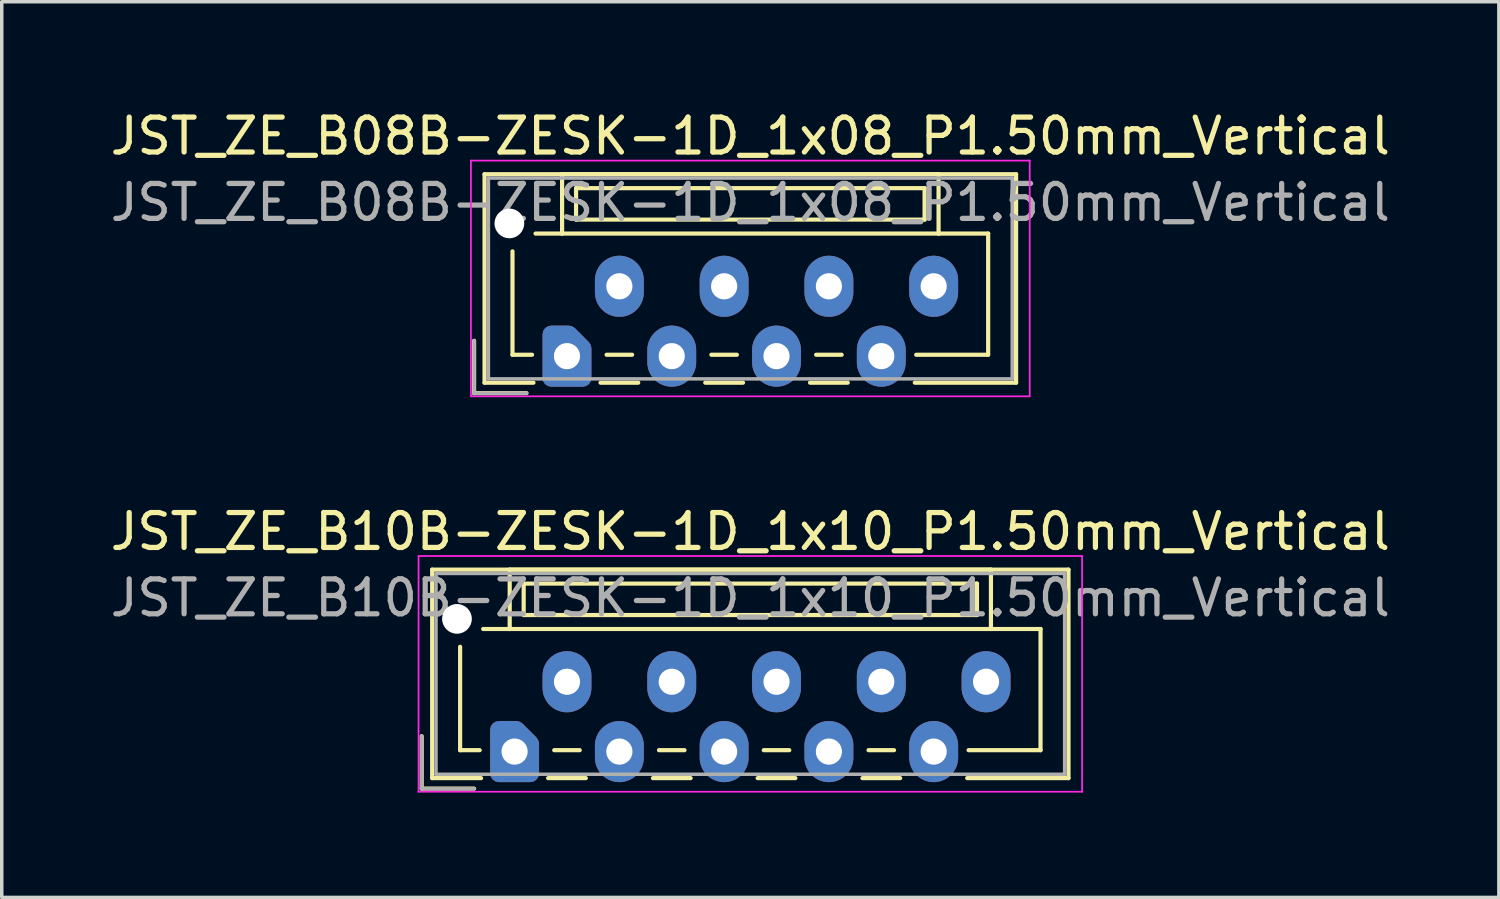
<source format=kicad_pcb>
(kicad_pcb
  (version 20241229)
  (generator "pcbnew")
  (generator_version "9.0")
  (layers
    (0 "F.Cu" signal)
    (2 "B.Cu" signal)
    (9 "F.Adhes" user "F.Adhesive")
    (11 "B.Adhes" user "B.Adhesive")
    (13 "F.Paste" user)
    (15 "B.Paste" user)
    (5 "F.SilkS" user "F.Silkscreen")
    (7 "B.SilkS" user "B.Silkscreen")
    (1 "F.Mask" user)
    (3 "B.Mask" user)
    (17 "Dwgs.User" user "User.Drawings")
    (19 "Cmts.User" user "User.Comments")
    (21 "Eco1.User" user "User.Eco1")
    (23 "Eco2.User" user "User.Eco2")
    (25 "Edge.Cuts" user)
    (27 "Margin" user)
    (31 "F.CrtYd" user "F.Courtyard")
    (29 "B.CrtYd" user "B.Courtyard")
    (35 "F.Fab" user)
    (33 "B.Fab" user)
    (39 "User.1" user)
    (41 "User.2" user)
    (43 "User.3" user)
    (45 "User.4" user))
  (footprint "JST_ZE_B10B-ZESK-1D_1x10_P1.50mm_Vertical"
    (layer "F.Cu")
    (at 11.685 18.471)
    (property "Reference" "JST_ZE_B10B-ZESK-1D_1x10_P1.50mm_Vertical" (at 6.75 -6.3 0) (layer "F.SilkS") (effects (font (size 1 1) (thickness 0.15))))
    (attr through_hole)
    (fp_line (start -2.66 -0.44) (end -2.66 1.06) (stroke (width 0.12) (type solid)) (layer "F.SilkS"))
    (fp_line (start -2.66 1.06) (end -1.16 1.06) (stroke (width 0.12) (type solid)) (layer "F.SilkS"))
    (fp_line (start -2.36 -5.21) (end 15.86 -5.21) (stroke (width 0.12) (type solid)) (layer "F.SilkS"))
    (fp_line (start -2.36 0.76) (end -2.36 -5.21) (stroke (width 0.12) (type solid)) (layer "F.SilkS"))
    (fp_line (start -1.56 -3) (end -1.56 -0.04) (stroke (width 0.12) (type solid)) (layer "F.SilkS"))
    (fp_line (start -1.56 -0.04) (end -1 -0.04) (stroke (width 0.12) (type solid)) (layer "F.SilkS"))
    (fp_line (start -0.96 0.76) (end -2.36 0.76) (stroke (width 0.12) (type solid)) (layer "F.SilkS"))
    (fp_line (start -0.14 -5.21) (end -0.14 -3.51) (stroke (width 0.12) (type solid)) (layer "F.SilkS"))
    (fp_line (start -0.14 -3.51) (end -0.9 -3.51) (stroke (width 0.12) (type solid)) (layer "F.SilkS"))
    (fp_line (start -0.14 -3.51) (end 13.64 -3.51) (stroke (width 0.12) (type solid)) (layer "F.SilkS"))
    (fp_line (start 0.26 -4.81) (end 0.26 -3.91) (stroke (width 0.12) (type solid)) (layer "F.SilkS"))
    (fp_line (start 0.26 -3.91) (end 13.24 -3.91) (stroke (width 0.12) (type solid)) (layer "F.SilkS"))
    (fp_line (start 0.96 0.76) (end 2.04 0.76) (stroke (width 0.12) (type solid)) (layer "F.SilkS"))
    (fp_line (start 1.135 -0.04) (end 1.865 -0.04) (stroke (width 0.12) (type solid)) (layer "F.SilkS"))
    (fp_line (start 3.96 0.76) (end 5.04 0.76) (stroke (width 0.12) (type solid)) (layer "F.SilkS"))
    (fp_line (start 4.135 -0.04) (end 4.865 -0.04) (stroke (width 0.12) (type solid)) (layer "F.SilkS"))
    (fp_line (start 6.96 0.76) (end 8.04 0.76) (stroke (width 0.12) (type solid)) (layer "F.SilkS"))
    (fp_line (start 7.135 -0.04) (end 7.865 -0.04) (stroke (width 0.12) (type solid)) (layer "F.SilkS"))
    (fp_line (start 9.96 0.76) (end 11.04 0.76) (stroke (width 0.12) (type solid)) (layer "F.SilkS"))
    (fp_line (start 10.135 -0.04) (end 10.865 -0.04) (stroke (width 0.12) (type solid)) (layer "F.SilkS"))
    (fp_line (start 13.24 -4.81) (end 0.26 -4.81) (stroke (width 0.12) (type solid)) (layer "F.SilkS"))
    (fp_line (start 13.24 -3.91) (end 13.24 -4.81) (stroke (width 0.12) (type solid)) (layer "F.SilkS"))
    (fp_line (start 13.64 -5.21) (end -0.14 -5.21) (stroke (width 0.12) (type solid)) (layer "F.SilkS"))
    (fp_line (start 13.64 -3.51) (end 13.64 -5.21) (stroke (width 0.12) (type solid)) (layer "F.SilkS"))
    (fp_line (start 13.64 -3.51) (end 15.06 -3.51) (stroke (width 0.12) (type solid)) (layer "F.SilkS"))
    (fp_line (start 15.06 -3.51) (end 15.06 -0.04) (stroke (width 0.12) (type solid)) (layer "F.SilkS"))
    (fp_line (start 15.06 -0.04) (end 13 -0.04) (stroke (width 0.12) (type solid)) (layer "F.SilkS"))
    (fp_line (start 15.86 -5.21) (end 15.86 0.76) (stroke (width 0.12) (type solid)) (layer "F.SilkS"))
    (fp_line (start 15.86 0.76) (end 12.96 0.76) (stroke (width 0.12) (type solid)) (layer "F.SilkS"))
    (fp_line (start -2.75 -5.6) (end -2.75 1.15) (stroke (width 0.05) (type solid)) (layer "F.CrtYd"))
    (fp_line (start -2.75 1.15) (end 16.25 1.15) (stroke (width 0.05) (type solid)) (layer "F.CrtYd"))
    (fp_line (start 16.25 -5.6) (end -2.75 -5.6) (stroke (width 0.05) (type solid)) (layer "F.CrtYd"))
    (fp_line (start 16.25 1.15) (end 16.25 -5.6) (stroke (width 0.05) (type solid)) (layer "F.CrtYd"))
    (fp_line (start -2.66 -0.44) (end -2.66 1.06) (stroke (width 0.1) (type solid)) (layer "F.Fab"))
    (fp_line (start -2.66 1.06) (end -1.16 1.06) (stroke (width 0.1) (type solid)) (layer "F.Fab"))
    (fp_line (start -2.25 -5.1) (end -2.25 0.65) (stroke (width 0.1) (type solid)) (layer "F.Fab"))
    (fp_line (start -2.25 0.65) (end 15.75 0.65) (stroke (width 0.1) (type solid)) (layer "F.Fab"))
    (fp_line (start 15.75 -5.1) (end -2.25 -5.1) (stroke (width 0.1) (type solid)) (layer "F.Fab"))
    (fp_line (start 15.75 0.65) (end 15.75 -5.1) (stroke (width 0.1) (type solid)) (layer "F.Fab"))
    (fp_text user "${REFERENCE}" (at 6.75 -4.4 0) (layer "F.Fab") (effects (font (size 1 1) (thickness 0.15))))
    (pad "" np_thru_hole circle (at -1.65 -3.8) (size 0.85 0.85) (drill 0.85) (layers "*.Cu" "*.Mask"))
    (pad "1" thru_hole custom (at 0 0) (size 1.117 1.117) (drill 0.75) (layers "*.Cu" "*.Mask") (options (anchor circle)) (primitives (gr_poly (pts (xy 0.45 -0.225) (xy 0.45 0.625) (xy -0.45 0.625) (xy -0.45 -0.625) (xy 0.05 -0.625)) (width 0.5) (fill yes))))
    (pad "2" thru_hole oval (at 1.5 -2) (size 1.4 1.75) (drill 0.75) (layers "*.Cu" "*.Mask"))
    (pad "3" thru_hole oval (at 3 0) (size 1.4 1.75) (drill 0.75) (layers "*.Cu" "*.Mask"))
    (pad "4" thru_hole oval (at 4.5 -2) (size 1.4 1.75) (drill 0.75) (layers "*.Cu" "*.Mask"))
    (pad "5" thru_hole oval (at 6 0) (size 1.4 1.75) (drill 0.75) (layers "*.Cu" "*.Mask"))
    (pad "6" thru_hole oval (at 7.5 -2) (size 1.4 1.75) (drill 0.75) (layers "*.Cu" "*.Mask"))
    (pad "7" thru_hole oval (at 9 0) (size 1.4 1.75) (drill 0.75) (layers "*.Cu" "*.Mask"))
    (pad "8" thru_hole oval (at 10.5 -2) (size 1.4 1.75) (drill 0.75) (layers "*.Cu" "*.Mask"))
    (pad "9" thru_hole oval (at 12 0) (size 1.4 1.75) (drill 0.75) (layers "*.Cu" "*.Mask"))
    (pad "10" thru_hole oval (at 13.5 -2) (size 1.4 1.75) (drill 0.75) (layers "*.Cu" "*.Mask")))
  (footprint "JST_ZE_B08B-ZESK-1D_1x08_P1.50mm_Vertical"
    (layer "F.Cu")
    (at 13.185 7.148)
    (property "Reference" "JST_ZE_B08B-ZESK-1D_1x08_P1.50mm_Vertical" (at 5.25 -6.3 0) (layer "F.SilkS") (effects (font (size 1 1) (thickness 0.15))))
    (attr through_hole)
    (fp_line (start -2.66 -0.44) (end -2.66 1.06) (stroke (width 0.12) (type solid)) (layer "F.SilkS"))
    (fp_line (start -2.66 1.06) (end -1.16 1.06) (stroke (width 0.12) (type solid)) (layer "F.SilkS"))
    (fp_line (start -2.36 -5.21) (end 12.86 -5.21) (stroke (width 0.12) (type solid)) (layer "F.SilkS"))
    (fp_line (start -2.36 0.76) (end -2.36 -5.21) (stroke (width 0.12) (type solid)) (layer "F.SilkS"))
    (fp_line (start -1.56 -3) (end -1.56 -0.04) (stroke (width 0.12) (type solid)) (layer "F.SilkS"))
    (fp_line (start -1.56 -0.04) (end -1 -0.04) (stroke (width 0.12) (type solid)) (layer "F.SilkS"))
    (fp_line (start -0.96 0.76) (end -2.36 0.76) (stroke (width 0.12) (type solid)) (layer "F.SilkS"))
    (fp_line (start -0.14 -5.21) (end -0.14 -3.51) (stroke (width 0.12) (type solid)) (layer "F.SilkS"))
    (fp_line (start -0.14 -3.51) (end -0.9 -3.51) (stroke (width 0.12) (type solid)) (layer "F.SilkS"))
    (fp_line (start -0.14 -3.51) (end 10.64 -3.51) (stroke (width 0.12) (type solid)) (layer "F.SilkS"))
    (fp_line (start 0.26 -4.81) (end 0.26 -3.91) (stroke (width 0.12) (type solid)) (layer "F.SilkS"))
    (fp_line (start 0.26 -3.91) (end 10.24 -3.91) (stroke (width 0.12) (type solid)) (layer "F.SilkS"))
    (fp_line (start 0.96 0.76) (end 2.04 0.76) (stroke (width 0.12) (type solid)) (layer "F.SilkS"))
    (fp_line (start 1.135 -0.04) (end 1.865 -0.04) (stroke (width 0.12) (type solid)) (layer "F.SilkS"))
    (fp_line (start 3.96 0.76) (end 5.04 0.76) (stroke (width 0.12) (type solid)) (layer "F.SilkS"))
    (fp_line (start 4.135 -0.04) (end 4.865 -0.04) (stroke (width 0.12) (type solid)) (layer "F.SilkS"))
    (fp_line (start 6.96 0.76) (end 8.04 0.76) (stroke (width 0.12) (type solid)) (layer "F.SilkS"))
    (fp_line (start 7.135 -0.04) (end 7.865 -0.04) (stroke (width 0.12) (type solid)) (layer "F.SilkS"))
    (fp_line (start 10.24 -4.81) (end 0.26 -4.81) (stroke (width 0.12) (type solid)) (layer "F.SilkS"))
    (fp_line (start 10.24 -3.91) (end 10.24 -4.81) (stroke (width 0.12) (type solid)) (layer "F.SilkS"))
    (fp_line (start 10.64 -5.21) (end -0.14 -5.21) (stroke (width 0.12) (type solid)) (layer "F.SilkS"))
    (fp_line (start 10.64 -3.51) (end 10.64 -5.21) (stroke (width 0.12) (type solid)) (layer "F.SilkS"))
    (fp_line (start 10.64 -3.51) (end 12.06 -3.51) (stroke (width 0.12) (type solid)) (layer "F.SilkS"))
    (fp_line (start 12.06 -3.51) (end 12.06 -0.04) (stroke (width 0.12) (type solid)) (layer "F.SilkS"))
    (fp_line (start 12.06 -0.04) (end 10 -0.04) (stroke (width 0.12) (type solid)) (layer "F.SilkS"))
    (fp_line (start 12.86 -5.21) (end 12.86 0.76) (stroke (width 0.12) (type solid)) (layer "F.SilkS"))
    (fp_line (start 12.86 0.76) (end 9.96 0.76) (stroke (width 0.12) (type solid)) (layer "F.SilkS"))
    (fp_line (start -2.75 -5.6) (end -2.75 1.15) (stroke (width 0.05) (type solid)) (layer "F.CrtYd"))
    (fp_line (start -2.75 1.15) (end 13.25 1.15) (stroke (width 0.05) (type solid)) (layer "F.CrtYd"))
    (fp_line (start 13.25 -5.6) (end -2.75 -5.6) (stroke (width 0.05) (type solid)) (layer "F.CrtYd"))
    (fp_line (start 13.25 1.15) (end 13.25 -5.6) (stroke (width 0.05) (type solid)) (layer "F.CrtYd"))
    (fp_line (start -2.66 -0.44) (end -2.66 1.06) (stroke (width 0.1) (type solid)) (layer "F.Fab"))
    (fp_line (start -2.66 1.06) (end -1.16 1.06) (stroke (width 0.1) (type solid)) (layer "F.Fab"))
    (fp_line (start -2.25 -5.1) (end -2.25 0.65) (stroke (width 0.1) (type solid)) (layer "F.Fab"))
    (fp_line (start -2.25 0.65) (end 12.75 0.65) (stroke (width 0.1) (type solid)) (layer "F.Fab"))
    (fp_line (start 12.75 -5.1) (end -2.25 -5.1) (stroke (width 0.1) (type solid)) (layer "F.Fab"))
    (fp_line (start 12.75 0.65) (end 12.75 -5.1) (stroke (width 0.1) (type solid)) (layer "F.Fab"))
    (fp_text user "${REFERENCE}" (at 5.25 -4.4 0) (layer "F.Fab") (effects (font (size 1 1) (thickness 0.15))))
    (pad "" np_thru_hole circle (at -1.65 -3.8) (size 0.85 0.85) (drill 0.85) (layers "*.Cu" "*.Mask"))
    (pad "1" thru_hole custom (at 0 0) (size 1.117 1.117) (drill 0.75) (layers "*.Cu" "*.Mask") (options (anchor circle)) (primitives (gr_poly (pts (xy 0.45 -0.225) (xy 0.45 0.625) (xy -0.45 0.625) (xy -0.45 -0.625) (xy 0.05 -0.625)) (width 0.5) (fill yes))))
    (pad "2" thru_hole oval (at 1.5 -2) (size 1.4 1.75) (drill 0.75) (layers "*.Cu" "*.Mask"))
    (pad "3" thru_hole oval (at 3 0) (size 1.4 1.75) (drill 0.75) (layers "*.Cu" "*.Mask"))
    (pad "4" thru_hole oval (at 4.5 -2) (size 1.4 1.75) (drill 0.75) (layers "*.Cu" "*.Mask"))
    (pad "5" thru_hole oval (at 6 0) (size 1.4 1.75) (drill 0.75) (layers "*.Cu" "*.Mask"))
    (pad "6" thru_hole oval (at 7.5 -2) (size 1.4 1.75) (drill 0.75) (layers "*.Cu" "*.Mask"))
    (pad "7" thru_hole oval (at 9 0) (size 1.4 1.75) (drill 0.75) (layers "*.Cu" "*.Mask"))
    (pad "8" thru_hole oval (at 10.5 -2) (size 1.4 1.75) (drill 0.75) (layers "*.Cu" "*.Mask")))
  (gr_rect
    (start -3 -3)
    (end 39.869 22.646)
    (stroke (width 0.1) (type default))
    (fill no)
    (layer "Edge.Cuts")))
</source>
